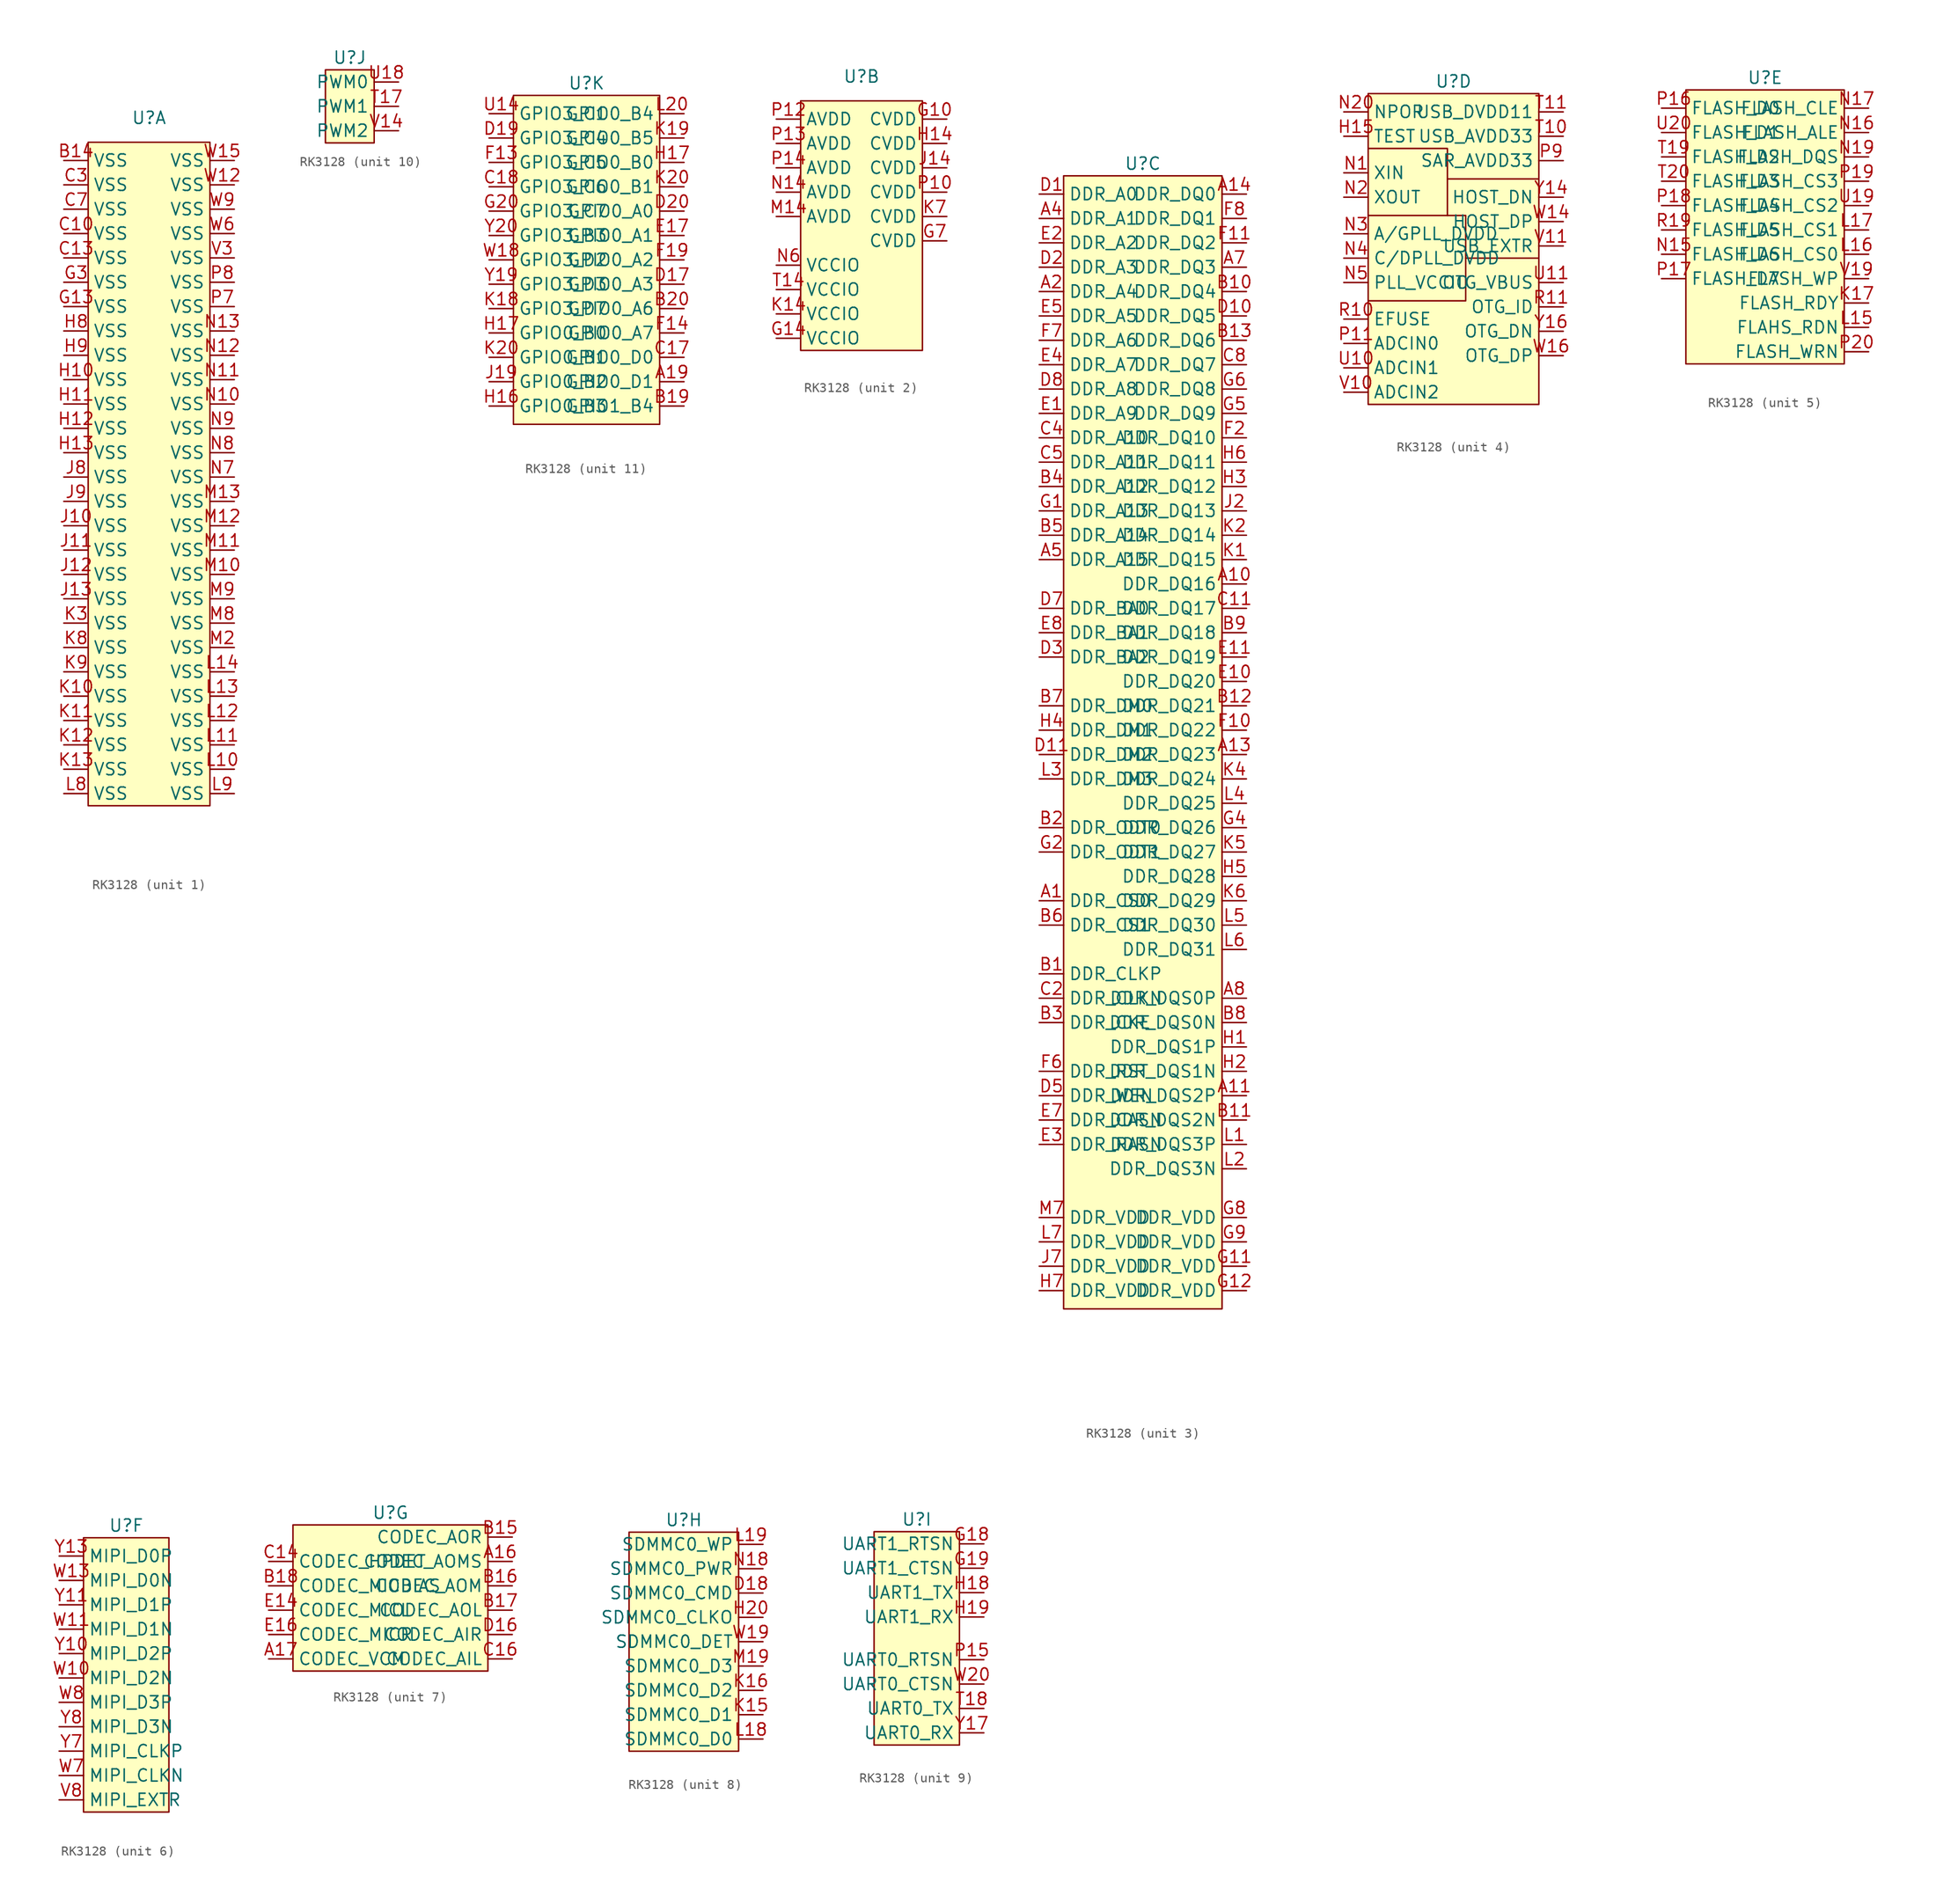
<source format=kicad_sym>
(kicad_symbol_lib
  (version 20220914)
  (generator kicad_symbol_editor)
  (symbol "RK3128"
    (property "Reference" "U"
      (at 0 1.27 0)
      (effects (font (size 1.27 1.27))))
    (property "Value" ""
      (at 0 0 0)
      (effects (font (size 1.27 1.27))))
    (symbol "RK3128_1_1"
      (rectangle (start -6.35 -1.27) (end 6.35 -70.485) (stroke (width 0) (type default)) (fill (type background)))
      (pin passive line (at -8.89 -3.175 0) (length 2.54) (name "VSS" (effects (font (size 1.27 1.27)))) (number "B14" (effects (font (size 1.27 1.27)))))
      (pin passive line (at -8.89 -10.795 0) (length 2.54) (name "VSS" (effects (font (size 1.27 1.27)))) (number "C10" (effects (font (size 1.27 1.27)))))
      (pin passive line (at -8.89 -13.335 0) (length 2.54) (name "VSS" (effects (font (size 1.27 1.27)))) (number "C13" (effects (font (size 1.27 1.27)))))
      (pin passive line (at -8.89 -5.715 0) (length 2.54) (name "VSS" (effects (font (size 1.27 1.27)))) (number "C3" (effects (font (size 1.27 1.27)))))
      (pin passive line (at -8.89 -8.255 0) (length 2.54) (name "VSS" (effects (font (size 1.27 1.27)))) (number "C7" (effects (font (size 1.27 1.27)))))
      (pin passive line (at -8.89 -18.415 0) (length 2.54) (name "VSS" (effects (font (size 1.27 1.27)))) (number "G13" (effects (font (size 1.27 1.27)))))
      (pin passive line (at -8.89 -15.875 0) (length 2.54) (name "VSS" (effects (font (size 1.27 1.27)))) (number "G3" (effects (font (size 1.27 1.27)))))
      (pin passive line (at -8.89 -26.035 0) (length 2.54) (name "VSS" (effects (font (size 1.27 1.27)))) (number "H10" (effects (font (size 1.27 1.27)))))
      (pin passive line (at -8.89 -28.575 0) (length 2.54) (name "VSS" (effects (font (size 1.27 1.27)))) (number "H11" (effects (font (size 1.27 1.27)))))
      (pin passive line (at -8.89 -31.115 0) (length 2.54) (name "VSS" (effects (font (size 1.27 1.27)))) (number "H12" (effects (font (size 1.27 1.27)))))
      (pin passive line (at -8.89 -33.655 0) (length 2.54) (name "VSS" (effects (font (size 1.27 1.27)))) (number "H13" (effects (font (size 1.27 1.27)))))
      (pin passive line (at -8.89 -20.955 0) (length 2.54) (name "VSS" (effects (font (size 1.27 1.27)))) (number "H8" (effects (font (size 1.27 1.27)))))
      (pin passive line (at -8.89 -23.495 0) (length 2.54) (name "VSS" (effects (font (size 1.27 1.27)))) (number "H9" (effects (font (size 1.27 1.27)))))
      (pin passive line (at -8.89 -41.275 0) (length 2.54) (name "VSS" (effects (font (size 1.27 1.27)))) (number "J10" (effects (font (size 1.27 1.27)))))
      (pin passive line (at -8.89 -43.815 0) (length 2.54) (name "VSS" (effects (font (size 1.27 1.27)))) (number "J11" (effects (font (size 1.27 1.27)))))
      (pin passive line (at -8.89 -46.355 0) (length 2.54) (name "VSS" (effects (font (size 1.27 1.27)))) (number "J12" (effects (font (size 1.27 1.27)))))
      (pin passive line (at -8.89 -48.895 0) (length 2.54) (name "VSS" (effects (font (size 1.27 1.27)))) (number "J13" (effects (font (size 1.27 1.27)))))
      (pin passive line (at -8.89 -36.195 0) (length 2.54) (name "VSS" (effects (font (size 1.27 1.27)))) (number "J8" (effects (font (size 1.27 1.27)))))
      (pin passive line (at -8.89 -38.735 0) (length 2.54) (name "VSS" (effects (font (size 1.27 1.27)))) (number "J9" (effects (font (size 1.27 1.27)))))
      (pin passive line (at -8.89 -59.055 0) (length 2.54) (name "VSS" (effects (font (size 1.27 1.27)))) (number "K10" (effects (font (size 1.27 1.27)))))
      (pin passive line (at -8.89 -61.595 0) (length 2.54) (name "VSS" (effects (font (size 1.27 1.27)))) (number "K11" (effects (font (size 1.27 1.27)))))
      (pin passive line (at -8.89 -64.135 0) (length 2.54) (name "VSS" (effects (font (size 1.27 1.27)))) (number "K12" (effects (font (size 1.27 1.27)))))
      (pin passive line (at -8.89 -66.675 0) (length 2.54) (name "VSS" (effects (font (size 1.27 1.27)))) (number "K13" (effects (font (size 1.27 1.27)))))
      (pin passive line (at -8.89 -51.435 0) (length 2.54) (name "VSS" (effects (font (size 1.27 1.27)))) (number "K3" (effects (font (size 1.27 1.27)))))
      (pin passive line (at -8.89 -53.975 0) (length 2.54) (name "VSS" (effects (font (size 1.27 1.27)))) (number "K8" (effects (font (size 1.27 1.27)))))
      (pin passive line (at -8.89 -56.515 0) (length 2.54) (name "VSS" (effects (font (size 1.27 1.27)))) (number "K9" (effects (font (size 1.27 1.27)))))
      (pin passive line (at 8.89 -66.675 180) (length 2.54) (name "VSS" (effects (font (size 1.27 1.27)))) (number "L10" (effects (font (size 1.27 1.27)))))
      (pin passive line (at 8.89 -64.135 180) (length 2.54) (name "VSS" (effects (font (size 1.27 1.27)))) (number "L11" (effects (font (size 1.27 1.27)))))
      (pin passive line (at 8.89 -61.595 180) (length 2.54) (name "VSS" (effects (font (size 1.27 1.27)))) (number "L12" (effects (font (size 1.27 1.27)))))
      (pin passive line (at 8.89 -59.055 180) (length 2.54) (name "VSS" (effects (font (size 1.27 1.27)))) (number "L13" (effects (font (size 1.27 1.27)))))
      (pin passive line (at 8.89 -56.515 180) (length 2.54) (name "VSS" (effects (font (size 1.27 1.27)))) (number "L14" (effects (font (size 1.27 1.27)))))
      (pin passive line (at -8.89 -69.215 0) (length 2.54) (name "VSS" (effects (font (size 1.27 1.27)))) (number "L8" (effects (font (size 1.27 1.27)))))
      (pin passive line (at 8.89 -69.215 180) (length 2.54) (name "VSS" (effects (font (size 1.27 1.27)))) (number "L9" (effects (font (size 1.27 1.27)))))
      (pin passive line (at 8.89 -46.355 180) (length 2.54) (name "VSS" (effects (font (size 1.27 1.27)))) (number "M10" (effects (font (size 1.27 1.27)))))
      (pin passive line (at 8.89 -43.815 180) (length 2.54) (name "VSS" (effects (font (size 1.27 1.27)))) (number "M11" (effects (font (size 1.27 1.27)))))
      (pin passive line (at 8.89 -41.275 180) (length 2.54) (name "VSS" (effects (font (size 1.27 1.27)))) (number "M12" (effects (font (size 1.27 1.27)))))
      (pin passive line (at 8.89 -38.735 180) (length 2.54) (name "VSS" (effects (font (size 1.27 1.27)))) (number "M13" (effects (font (size 1.27 1.27)))))
      (pin passive line (at 8.89 -53.975 180) (length 2.54) (name "VSS" (effects (font (size 1.27 1.27)))) (number "M2" (effects (font (size 1.27 1.27)))))
      (pin passive line (at 8.89 -51.435 180) (length 2.54) (name "VSS" (effects (font (size 1.27 1.27)))) (number "M8" (effects (font (size 1.27 1.27)))))
      (pin passive line (at 8.89 -48.895 180) (length 2.54) (name "VSS" (effects (font (size 1.27 1.27)))) (number "M9" (effects (font (size 1.27 1.27)))))
      (pin passive line (at 8.89 -28.575 180) (length 2.54) (name "VSS" (effects (font (size 1.27 1.27)))) (number "N10" (effects (font (size 1.27 1.27)))))
      (pin passive line (at 8.89 -26.035 180) (length 2.54) (name "VSS" (effects (font (size 1.27 1.27)))) (number "N11" (effects (font (size 1.27 1.27)))))
      (pin passive line (at 8.89 -23.495 180) (length 2.54) (name "VSS" (effects (font (size 1.27 1.27)))) (number "N12" (effects (font (size 1.27 1.27)))))
      (pin passive line (at 8.89 -20.955 180) (length 2.54) (name "VSS" (effects (font (size 1.27 1.27)))) (number "N13" (effects (font (size 1.27 1.27)))))
      (pin passive line (at 8.89 -36.195 180) (length 2.54) (name "VSS" (effects (font (size 1.27 1.27)))) (number "N7" (effects (font (size 1.27 1.27)))))
      (pin passive line (at 8.89 -33.655 180) (length 2.54) (name "VSS" (effects (font (size 1.27 1.27)))) (number "N8" (effects (font (size 1.27 1.27)))))
      (pin passive line (at 8.89 -31.115 180) (length 2.54) (name "VSS" (effects (font (size 1.27 1.27)))) (number "N9" (effects (font (size 1.27 1.27)))))
      (pin passive line (at 8.89 -18.415 180) (length 2.54) (name "VSS" (effects (font (size 1.27 1.27)))) (number "P7" (effects (font (size 1.27 1.27)))))
      (pin passive line (at 8.89 -15.875 180) (length 2.54) (name "VSS" (effects (font (size 1.27 1.27)))) (number "P8" (effects (font (size 1.27 1.27)))))
      (pin passive line (at 8.89 -13.335 180) (length 2.54) (name "VSS" (effects (font (size 1.27 1.27)))) (number "V3" (effects (font (size 1.27 1.27)))))
      (pin passive line (at 8.89 -5.715 180) (length 2.54) (name "VSS" (effects (font (size 1.27 1.27)))) (number "W12" (effects (font (size 1.27 1.27)))))
      (pin passive line (at 8.89 -3.175 180) (length 2.54) (name "VSS" (effects (font (size 1.27 1.27)))) (number "W15" (effects (font (size 1.27 1.27)))))
      (pin passive line (at 8.89 -10.795 180) (length 2.54) (name "VSS" (effects (font (size 1.27 1.27)))) (number "W6" (effects (font (size 1.27 1.27)))))
      (pin passive line (at 8.89 -8.255 180) (length 2.54) (name "VSS" (effects (font (size 1.27 1.27)))) (number "W9" (effects (font (size 1.27 1.27))))))
    (symbol "RK3128_2_1"
      (rectangle (start -6.35 -1.27) (end 6.35 -27.305) (stroke (width 0) (type default)) (fill (type background)))
      (pin passive line (at 8.89 -3.175 180) (length 2.54) (name "CVDD" (effects (font (size 1.27 1.27)))) (number "G10" (effects (font (size 1.27 1.27)))))
      (pin passive line (at -8.89 -26.035 0) (length 2.54) (name "VCCIO" (effects (font (size 1.27 1.27)))) (number "G14" (effects (font (size 1.27 1.27)))))
      (pin passive line (at 8.89 -15.875 180) (length 2.54) (name "CVDD" (effects (font (size 1.27 1.27)))) (number "G7" (effects (font (size 1.27 1.27)))))
      (pin passive line (at 8.89 -5.715 180) (length 2.54) (name "CVDD" (effects (font (size 1.27 1.27)))) (number "H14" (effects (font (size 1.27 1.27)))))
      (pin passive line (at 8.89 -8.255 180) (length 2.54) (name "CVDD" (effects (font (size 1.27 1.27)))) (number "J14" (effects (font (size 1.27 1.27)))))
      (pin passive line (at -8.89 -23.495 0) (length 2.54) (name "VCCIO" (effects (font (size 1.27 1.27)))) (number "K14" (effects (font (size 1.27 1.27)))))
      (pin passive line (at 8.89 -13.335 180) (length 2.54) (name "CVDD" (effects (font (size 1.27 1.27)))) (number "K7" (effects (font (size 1.27 1.27)))))
      (pin passive line (at -8.89 -13.335 0) (length 2.54) (name "AVDD" (effects (font (size 1.27 1.27)))) (number "M14" (effects (font (size 1.27 1.27)))))
      (pin passive line (at -8.89 -10.795 0) (length 2.54) (name "AVDD" (effects (font (size 1.27 1.27)))) (number "N14" (effects (font (size 1.27 1.27)))))
      (pin passive line (at -8.89 -18.415 0) (length 2.54) (name "VCCIO" (effects (font (size 1.27 1.27)))) (number "N6" (effects (font (size 1.27 1.27)))))
      (pin passive line (at 8.89 -10.795 180) (length 2.54) (name "CVDD" (effects (font (size 1.27 1.27)))) (number "P10" (effects (font (size 1.27 1.27)))))
      (pin passive line (at -8.89 -3.175 0) (length 2.54) (name "AVDD" (effects (font (size 1.27 1.27)))) (number "P12" (effects (font (size 1.27 1.27)))))
      (pin passive line (at -8.89 -5.715 0) (length 2.54) (name "AVDD" (effects (font (size 1.27 1.27)))) (number "P13" (effects (font (size 1.27 1.27)))))
      (pin passive line (at -8.89 -8.255 0) (length 2.54) (name "AVDD" (effects (font (size 1.27 1.27)))) (number "P14" (effects (font (size 1.27 1.27)))))
      (pin passive line (at -8.89 -20.955 0) (length 2.54) (name "VCCIO" (effects (font (size 1.27 1.27)))) (number "T14" (effects (font (size 1.27 1.27))))))
    (symbol "RK3128_3_1"
      (rectangle (start -8.255 0) (end 8.255 -118.11) (stroke (width 0) (type default)) (fill (type background)))
      (pin output line (at -10.795 -75.565 0) (length 2.54) (name "DDR_CS0" (effects (font (size 1.27 1.27)))) (number "A1" (effects (font (size 1.27 1.27)))))
      (pin bidirectional line (at 10.795 -42.545 180) (length 2.54) (name "DDR_DQ16" (effects (font (size 1.27 1.27)))) (number "A10" (effects (font (size 1.27 1.27)))))
      (pin bidirectional line (at 10.795 -95.885 180) (length 2.54) (name "DDR_DQS2P" (effects (font (size 1.27 1.27)))) (number "A11" (effects (font (size 1.27 1.27)))))
      (pin bidirectional line (at 10.795 -60.325 180) (length 2.54) (name "DDR_DQ23" (effects (font (size 1.27 1.27)))) (number "A13" (effects (font (size 1.27 1.27)))))
      (pin bidirectional line (at 10.795 -1.905 180) (length 2.54) (name "DDR_DQ0" (effects (font (size 1.27 1.27)))) (number "A14" (effects (font (size 1.27 1.27)))))
      (pin bidirectional line (at -10.795 -12.065 0) (length 2.54) (name "DDR_A4" (effects (font (size 1.27 1.27)))) (number "A2" (effects (font (size 1.27 1.27)))))
      (pin bidirectional line (at -10.795 -4.445 0) (length 2.54) (name "DDR_A1" (effects (font (size 1.27 1.27)))) (number "A4" (effects (font (size 1.27 1.27)))))
      (pin bidirectional line (at -10.795 -40.005 0) (length 2.54) (name "DDR_A15" (effects (font (size 1.27 1.27)))) (number "A5" (effects (font (size 1.27 1.27)))))
      (pin bidirectional line (at 10.795 -9.525 180) (length 2.54) (name "DDR_DQ3" (effects (font (size 1.27 1.27)))) (number "A7" (effects (font (size 1.27 1.27)))))
      (pin bidirectional line (at 10.795 -85.725 180) (length 2.54) (name "DDR_DQS0P" (effects (font (size 1.27 1.27)))) (number "A8" (effects (font (size 1.27 1.27)))))
      (pin output line (at -10.795 -83.185 0) (length 2.54) (name "DDR_CLKP" (effects (font (size 1.27 1.27)))) (number "B1" (effects (font (size 1.27 1.27)))))
      (pin bidirectional line (at 10.795 -12.065 180) (length 2.54) (name "DDR_DQ4" (effects (font (size 1.27 1.27)))) (number "B10" (effects (font (size 1.27 1.27)))))
      (pin bidirectional line (at 10.795 -98.425 180) (length 2.54) (name "DDR_DQS2N" (effects (font (size 1.27 1.27)))) (number "B11" (effects (font (size 1.27 1.27)))))
      (pin bidirectional line (at 10.795 -55.245 180) (length 2.54) (name "DDR_DQ21" (effects (font (size 1.27 1.27)))) (number "B12" (effects (font (size 1.27 1.27)))))
      (pin bidirectional line (at 10.795 -17.145 180) (length 2.54) (name "DDR_DQ6" (effects (font (size 1.27 1.27)))) (number "B13" (effects (font (size 1.27 1.27)))))
      (pin bidirectional line (at -10.795 -67.945 0) (length 2.54) (name "DDR_ODT0" (effects (font (size 1.27 1.27)))) (number "B2" (effects (font (size 1.27 1.27)))))
      (pin output line (at -10.795 -88.265 0) (length 2.54) (name "DDR_CKE" (effects (font (size 1.27 1.27)))) (number "B3" (effects (font (size 1.27 1.27)))))
      (pin bidirectional line (at -10.795 -32.385 0) (length 2.54) (name "DDR_A12" (effects (font (size 1.27 1.27)))) (number "B4" (effects (font (size 1.27 1.27)))))
      (pin bidirectional line (at -10.795 -37.465 0) (length 2.54) (name "DDR_A14" (effects (font (size 1.27 1.27)))) (number "B5" (effects (font (size 1.27 1.27)))))
      (pin output line (at -10.795 -78.105 0) (length 2.54) (name "DDR_CS1" (effects (font (size 1.27 1.27)))) (number "B6" (effects (font (size 1.27 1.27)))))
      (pin bidirectional line (at -10.795 -55.245 0) (length 2.54) (name "DDR_DM0" (effects (font (size 1.27 1.27)))) (number "B7" (effects (font (size 1.27 1.27)))))
      (pin bidirectional line (at 10.795 -88.265 180) (length 2.54) (name "DDR_DQS0N" (effects (font (size 1.27 1.27)))) (number "B8" (effects (font (size 1.27 1.27)))))
      (pin bidirectional line (at 10.795 -47.625 180) (length 2.54) (name "DDR_DQ18" (effects (font (size 1.27 1.27)))) (number "B9" (effects (font (size 1.27 1.27)))))
      (pin bidirectional line (at 10.795 -45.085 180) (length 2.54) (name "DDR_DQ17" (effects (font (size 1.27 1.27)))) (number "C11" (effects (font (size 1.27 1.27)))))
      (pin output line (at -10.795 -85.725 0) (length 2.54) (name "DDR_CLKN" (effects (font (size 1.27 1.27)))) (number "C2" (effects (font (size 1.27 1.27)))))
      (pin bidirectional line (at -10.795 -27.305 0) (length 2.54) (name "DDR_A10" (effects (font (size 1.27 1.27)))) (number "C4" (effects (font (size 1.27 1.27)))))
      (pin bidirectional line (at -10.795 -29.845 0) (length 2.54) (name "DDR_A11" (effects (font (size 1.27 1.27)))) (number "C5" (effects (font (size 1.27 1.27)))))
      (pin bidirectional line (at 10.795 -19.685 180) (length 2.54) (name "DDR_DQ7" (effects (font (size 1.27 1.27)))) (number "C8" (effects (font (size 1.27 1.27)))))
      (pin bidirectional line (at -10.795 -1.905 0) (length 2.54) (name "DDR_A0" (effects (font (size 1.27 1.27)))) (number "D1" (effects (font (size 1.27 1.27)))))
      (pin bidirectional line (at 10.795 -14.605 180) (length 2.54) (name "DDR_DQ5" (effects (font (size 1.27 1.27)))) (number "D10" (effects (font (size 1.27 1.27)))))
      (pin bidirectional line (at -10.795 -60.325 0) (length 2.54) (name "DDR_DM2" (effects (font (size 1.27 1.27)))) (number "D11" (effects (font (size 1.27 1.27)))))
      (pin bidirectional line (at -10.795 -9.525 0) (length 2.54) (name "DDR_A3" (effects (font (size 1.27 1.27)))) (number "D2" (effects (font (size 1.27 1.27)))))
      (pin bidirectional line (at -10.795 -50.165 0) (length 2.54) (name "DDR_BA2" (effects (font (size 1.27 1.27)))) (number "D3" (effects (font (size 1.27 1.27)))))
      (pin output line (at -10.795 -95.885 0) (length 2.54) (name "DDR_WEN" (effects (font (size 1.27 1.27)))) (number "D5" (effects (font (size 1.27 1.27)))))
      (pin bidirectional line (at -10.795 -45.085 0) (length 2.54) (name "DDR_BA0" (effects (font (size 1.27 1.27)))) (number "D7" (effects (font (size 1.27 1.27)))))
      (pin bidirectional line (at -10.795 -22.225 0) (length 2.54) (name "DDR_A8" (effects (font (size 1.27 1.27)))) (number "D8" (effects (font (size 1.27 1.27)))))
      (pin bidirectional line (at -10.795 -24.765 0) (length 2.54) (name "DDR_A9" (effects (font (size 1.27 1.27)))) (number "E1" (effects (font (size 1.27 1.27)))))
      (pin bidirectional line (at 10.795 -52.705 180) (length 2.54) (name "DDR_DQ20" (effects (font (size 1.27 1.27)))) (number "E10" (effects (font (size 1.27 1.27)))))
      (pin bidirectional line (at 10.795 -50.165 180) (length 2.54) (name "DDR_DQ19" (effects (font (size 1.27 1.27)))) (number "E11" (effects (font (size 1.27 1.27)))))
      (pin bidirectional line (at -10.795 -6.985 0) (length 2.54) (name "DDR_A2" (effects (font (size 1.27 1.27)))) (number "E2" (effects (font (size 1.27 1.27)))))
      (pin output line (at -10.795 -100.965 0) (length 2.54) (name "DDR_RASN" (effects (font (size 1.27 1.27)))) (number "E3" (effects (font (size 1.27 1.27)))))
      (pin bidirectional line (at -10.795 -19.685 0) (length 2.54) (name "DDR_A7" (effects (font (size 1.27 1.27)))) (number "E4" (effects (font (size 1.27 1.27)))))
      (pin bidirectional line (at -10.795 -14.605 0) (length 2.54) (name "DDR_A5" (effects (font (size 1.27 1.27)))) (number "E5" (effects (font (size 1.27 1.27)))))
      (pin output line (at -10.795 -98.425 0) (length 2.54) (name "DDR_CASN" (effects (font (size 1.27 1.27)))) (number "E7" (effects (font (size 1.27 1.27)))))
      (pin bidirectional line (at -10.795 -47.625 0) (length 2.54) (name "DDR_BA1" (effects (font (size 1.27 1.27)))) (number "E8" (effects (font (size 1.27 1.27)))))
      (pin bidirectional line (at 10.795 -57.785 180) (length 2.54) (name "DDR_DQ22" (effects (font (size 1.27 1.27)))) (number "F10" (effects (font (size 1.27 1.27)))))
      (pin bidirectional line (at 10.795 -6.985 180) (length 2.54) (name "DDR_DQ2" (effects (font (size 1.27 1.27)))) (number "F11" (effects (font (size 1.27 1.27)))))
      (pin bidirectional line (at 10.795 -27.305 180) (length 2.54) (name "DDR_DQ10" (effects (font (size 1.27 1.27)))) (number "F2" (effects (font (size 1.27 1.27)))))
      (pin output line (at -10.795 -93.345 0) (length 2.54) (name "DDR_RST" (effects (font (size 1.27 1.27)))) (number "F6" (effects (font (size 1.27 1.27)))))
      (pin bidirectional line (at -10.795 -17.145 0) (length 2.54) (name "DDR_A6" (effects (font (size 1.27 1.27)))) (number "F7" (effects (font (size 1.27 1.27)))))
      (pin bidirectional line (at 10.795 -4.445 180) (length 2.54) (name "DDR_DQ1" (effects (font (size 1.27 1.27)))) (number "F8" (effects (font (size 1.27 1.27)))))
      (pin bidirectional line (at -10.795 -34.925 0) (length 2.54) (name "DDR_A13" (effects (font (size 1.27 1.27)))) (number "G1" (effects (font (size 1.27 1.27)))))
      (pin passive line (at 10.795 -113.665 180) (length 2.54) (name "DDR_VDD" (effects (font (size 1.27 1.27)))) (number "G11" (effects (font (size 1.27 1.27)))))
      (pin passive line (at 10.795 -116.205 180) (length 2.54) (name "DDR_VDD" (effects (font (size 1.27 1.27)))) (number "G12" (effects (font (size 1.27 1.27)))))
      (pin bidirectional line (at -10.795 -70.485 0) (length 2.54) (name "DDR_ODT1" (effects (font (size 1.27 1.27)))) (number "G2" (effects (font (size 1.27 1.27)))))
      (pin bidirectional line (at 10.795 -67.945 180) (length 2.54) (name "DDR_DQ26" (effects (font (size 1.27 1.27)))) (number "G4" (effects (font (size 1.27 1.27)))))
      (pin bidirectional line (at 10.795 -24.765 180) (length 2.54) (name "DDR_DQ9" (effects (font (size 1.27 1.27)))) (number "G5" (effects (font (size 1.27 1.27)))))
      (pin bidirectional line (at 10.795 -22.225 180) (length 2.54) (name "DDR_DQ8" (effects (font (size 1.27 1.27)))) (number "G6" (effects (font (size 1.27 1.27)))))
      (pin passive line (at 10.795 -108.585 180) (length 2.54) (name "DDR_VDD" (effects (font (size 1.27 1.27)))) (number "G8" (effects (font (size 1.27 1.27)))))
      (pin passive line (at 10.795 -111.125 180) (length 2.54) (name "DDR_VDD" (effects (font (size 1.27 1.27)))) (number "G9" (effects (font (size 1.27 1.27)))))
      (pin bidirectional line (at 10.795 -90.805 180) (length 2.54) (name "DDR_DQS1P" (effects (font (size 1.27 1.27)))) (number "H1" (effects (font (size 1.27 1.27)))))
      (pin bidirectional line (at 10.795 -93.345 180) (length 2.54) (name "DDR_DQS1N" (effects (font (size 1.27 1.27)))) (number "H2" (effects (font (size 1.27 1.27)))))
      (pin bidirectional line (at 10.795 -32.385 180) (length 2.54) (name "DDR_DQ12" (effects (font (size 1.27 1.27)))) (number "H3" (effects (font (size 1.27 1.27)))))
      (pin bidirectional line (at -10.795 -57.785 0) (length 2.54) (name "DDR_DM1" (effects (font (size 1.27 1.27)))) (number "H4" (effects (font (size 1.27 1.27)))))
      (pin bidirectional line (at 10.795 -73.025 180) (length 2.54) (name "DDR_DQ28" (effects (font (size 1.27 1.27)))) (number "H5" (effects (font (size 1.27 1.27)))))
      (pin bidirectional line (at 10.795 -29.845 180) (length 2.54) (name "DDR_DQ11" (effects (font (size 1.27 1.27)))) (number "H6" (effects (font (size 1.27 1.27)))))
      (pin passive line (at -10.795 -116.205 0) (length 2.54) (name "DDR_VDD" (effects (font (size 1.27 1.27)))) (number "H7" (effects (font (size 1.27 1.27)))))
      (pin bidirectional line (at 10.795 -34.925 180) (length 2.54) (name "DDR_DQ13" (effects (font (size 1.27 1.27)))) (number "J2" (effects (font (size 1.27 1.27)))))
      (pin passive line (at -10.795 -113.665 0) (length 2.54) (name "DDR_VDD" (effects (font (size 1.27 1.27)))) (number "J7" (effects (font (size 1.27 1.27)))))
      (pin bidirectional line (at 10.795 -40.005 180) (length 2.54) (name "DDR_DQ15" (effects (font (size 1.27 1.27)))) (number "K1" (effects (font (size 1.27 1.27)))))
      (pin bidirectional line (at 10.795 -37.465 180) (length 2.54) (name "DDR_DQ14" (effects (font (size 1.27 1.27)))) (number "K2" (effects (font (size 1.27 1.27)))))
      (pin bidirectional line (at 10.795 -62.865 180) (length 2.54) (name "DDR_DQ24" (effects (font (size 1.27 1.27)))) (number "K4" (effects (font (size 1.27 1.27)))))
      (pin bidirectional line (at 10.795 -70.485 180) (length 2.54) (name "DDR_DQ27" (effects (font (size 1.27 1.27)))) (number "K5" (effects (font (size 1.27 1.27)))))
      (pin bidirectional line (at 10.795 -75.565 180) (length 2.54) (name "DDR_DQ29" (effects (font (size 1.27 1.27)))) (number "K6" (effects (font (size 1.27 1.27)))))
      (pin bidirectional line (at 10.795 -100.965 180) (length 2.54) (name "DDR_DQS3P" (effects (font (size 1.27 1.27)))) (number "L1" (effects (font (size 1.27 1.27)))))
      (pin bidirectional line (at 10.795 -103.505 180) (length 2.54) (name "DDR_DQS3N" (effects (font (size 1.27 1.27)))) (number "L2" (effects (font (size 1.27 1.27)))))
      (pin bidirectional line (at -10.795 -62.865 0) (length 2.54) (name "DDR_DM3" (effects (font (size 1.27 1.27)))) (number "L3" (effects (font (size 1.27 1.27)))))
      (pin bidirectional line (at 10.795 -65.405 180) (length 2.54) (name "DDR_DQ25" (effects (font (size 1.27 1.27)))) (number "L4" (effects (font (size 1.27 1.27)))))
      (pin bidirectional line (at 10.795 -78.105 180) (length 2.54) (name "DDR_DQ30" (effects (font (size 1.27 1.27)))) (number "L5" (effects (font (size 1.27 1.27)))))
      (pin bidirectional line (at 10.795 -80.645 180) (length 2.54) (name "DDR_DQ31" (effects (font (size 1.27 1.27)))) (number "L6" (effects (font (size 1.27 1.27)))))
      (pin passive line (at -10.795 -111.125 0) (length 2.54) (name "DDR_VDD" (effects (font (size 1.27 1.27)))) (number "L7" (effects (font (size 1.27 1.27)))))
      (pin passive line (at -10.795 -108.585 0) (length 2.54) (name "DDR_VDD" (effects (font (size 1.27 1.27)))) (number "M7" (effects (font (size 1.27 1.27))))))
    (symbol "RK3128_4_1"
      (rectangle (start -8.89 0) (end 8.89 -32.385) (stroke (width 0) (type default)) (fill (type background)))
      (polyline (pts (xy -0.635 -12.7) (xy 1.27 -12.7) (xy 1.27 -17.145)) (stroke (width 0) (type default)) (fill (type none)))
      (polyline (pts (xy -0.635 -8.89) (xy -0.635 -12.7) (xy -8.89 -12.7)) (stroke (width 0) (type default)) (fill (type none)))
      (polyline (pts (xy -8.89 -5.715) (xy -0.635 -5.715) (xy -0.635 -8.89) (xy 8.89 -8.89)) (stroke (width 0) (type default)) (fill (type none)))
      (polyline (pts (xy 8.89 -17.145) (xy 1.27 -17.145) (xy 1.27 -21.59) (xy -8.89 -21.59)) (stroke (width 0) (type default)) (fill (type none)))
      (pin bidirectional line (at -11.43 -4.445 0) (length 2.54) (name "TEST" (effects (font (size 1.27 1.27)))) (number "H15" (effects (font (size 1.27 1.27)))))
      (pin input line (at -11.43 -8.255 0) (length 2.54) (name "XIN" (effects (font (size 1.27 1.27)))) (number "N1" (effects (font (size 1.27 1.27)))))
      (pin output line (at -11.43 -10.795 0) (length 2.54) (name "XOUT" (effects (font (size 1.27 1.27)))) (number "N2" (effects (font (size 1.27 1.27)))))
      (pin input line (at -11.43 -1.905 0) (length 2.54) (name "NPOR" (effects (font (size 1.27 1.27)))) (number "N20" (effects (font (size 1.27 1.27)))))
      (pin input line (at -11.43 -14.605 0) (length 2.54) (name "A/GPLL_DVDD" (effects (font (size 1.27 1.27)))) (number "N3" (effects (font (size 1.27 1.27)))))
      (pin input line (at -11.43 -17.145 0) (length 2.54) (name "C/DPLL_DVDD" (effects (font (size 1.27 1.27)))) (number "N4" (effects (font (size 1.27 1.27)))))
      (pin input line (at -11.43 -19.685 0) (length 2.54) (name "PLL_VCCIO" (effects (font (size 1.27 1.27)))) (number "N5" (effects (font (size 1.27 1.27)))))
      (pin input line (at -11.43 -26.035 0) (length 2.54) (name "ADCIN0" (effects (font (size 1.27 1.27)))) (number "P11" (effects (font (size 1.27 1.27)))))
      (pin input line (at 11.43 -6.985 180) (length 2.54) (name "SAR_AVDD33" (effects (font (size 1.27 1.27)))) (number "P9" (effects (font (size 1.27 1.27)))))
      (pin input line (at -11.43 -23.495 0) (length 2.54) (name "EFUSE" (effects (font (size 1.27 1.27)))) (number "R10" (effects (font (size 1.27 1.27)))))
      (pin bidirectional line (at 11.43 -22.225 180) (length 2.54) (name "OTG_ID" (effects (font (size 1.27 1.27)))) (number "R11" (effects (font (size 1.27 1.27)))))
      (pin input line (at 11.43 -4.445 180) (length 2.54) (name "USB_AVDD33" (effects (font (size 1.27 1.27)))) (number "T10" (effects (font (size 1.27 1.27)))))
      (pin input line (at 11.43 -1.905 180) (length 2.54) (name "USB_DVDD11" (effects (font (size 1.27 1.27)))) (number "T11" (effects (font (size 1.27 1.27)))))
      (pin input line (at -11.43 -28.575 0) (length 2.54) (name "ADCIN1" (effects (font (size 1.27 1.27)))) (number "U10" (effects (font (size 1.27 1.27)))))
      (pin passive line (at 11.43 -19.685 180) (length 2.54) (name "OTG_VBUS" (effects (font (size 1.27 1.27)))) (number "U11" (effects (font (size 1.27 1.27)))))
      (pin input line (at -11.43 -31.115 0) (length 2.54) (name "ADCIN2" (effects (font (size 1.27 1.27)))) (number "V10" (effects (font (size 1.27 1.27)))))
      (pin input line (at 11.43 -15.875 180) (length 2.54) (name "USB_EXTR" (effects (font (size 1.27 1.27)))) (number "V11" (effects (font (size 1.27 1.27)))))
      (pin bidirectional line (at 11.43 -13.335 180) (length 2.54) (name "HOST_DP" (effects (font (size 1.27 1.27)))) (number "W14" (effects (font (size 1.27 1.27)))))
      (pin bidirectional line (at 11.43 -27.305 180) (length 2.54) (name "OTG_DP" (effects (font (size 1.27 1.27)))) (number "W16" (effects (font (size 1.27 1.27)))))
      (pin bidirectional line (at 11.43 -10.795 180) (length 2.54) (name "HOST_DN" (effects (font (size 1.27 1.27)))) (number "Y14" (effects (font (size 1.27 1.27)))))
      (pin bidirectional line (at 11.43 -24.765 180) (length 2.54) (name "OTG_DN" (effects (font (size 1.27 1.27)))) (number "Y16" (effects (font (size 1.27 1.27))))))
    (symbol "RK3128_5_1"
      (rectangle (start -8.255 0) (end 8.255 -28.575) (stroke (width 0) (type default)) (fill (type background)))
      (pin bidirectional line (at 10.795 -22.225 180) (length 2.54) (name "FLASH_RDY" (effects (font (size 1.27 1.27)))) (number "K17" (effects (font (size 1.27 1.27)))))
      (pin bidirectional line (at 10.795 -24.765 180) (length 2.54) (name "FLAHS_RDN" (effects (font (size 1.27 1.27)))) (number "L15" (effects (font (size 1.27 1.27)))))
      (pin bidirectional line (at 10.795 -17.145 180) (length 2.54) (name "FLASH_CS0" (effects (font (size 1.27 1.27)))) (number "L16" (effects (font (size 1.27 1.27)))))
      (pin bidirectional line (at 10.795 -14.605 180) (length 2.54) (name "FLASH_CS1" (effects (font (size 1.27 1.27)))) (number "L17" (effects (font (size 1.27 1.27)))))
      (pin bidirectional line (at -10.795 -17.145 0) (length 2.54) (name "FLASH_D6" (effects (font (size 1.27 1.27)))) (number "N15" (effects (font (size 1.27 1.27)))))
      (pin bidirectional line (at 10.795 -4.445 180) (length 2.54) (name "FLASH_ALE" (effects (font (size 1.27 1.27)))) (number "N16" (effects (font (size 1.27 1.27)))))
      (pin bidirectional line (at 10.795 -1.905 180) (length 2.54) (name "FLASH_CLE" (effects (font (size 1.27 1.27)))) (number "N17" (effects (font (size 1.27 1.27)))))
      (pin bidirectional line (at 10.795 -6.985 180) (length 2.54) (name "FLASH_DQS" (effects (font (size 1.27 1.27)))) (number "N19" (effects (font (size 1.27 1.27)))))
      (pin bidirectional line (at -10.795 -1.905 0) (length 2.54) (name "FLASH_D0" (effects (font (size 1.27 1.27)))) (number "P16" (effects (font (size 1.27 1.27)))))
      (pin bidirectional line (at -10.795 -19.685 0) (length 2.54) (name "FLASH_D7" (effects (font (size 1.27 1.27)))) (number "P17" (effects (font (size 1.27 1.27)))))
      (pin bidirectional line (at -10.795 -12.065 0) (length 2.54) (name "FLASH_D4" (effects (font (size 1.27 1.27)))) (number "P18" (effects (font (size 1.27 1.27)))))
      (pin bidirectional line (at 10.795 -9.525 180) (length 2.54) (name "FLASH_CS3" (effects (font (size 1.27 1.27)))) (number "P19" (effects (font (size 1.27 1.27)))))
      (pin bidirectional line (at 10.795 -27.305 180) (length 2.54) (name "FLASH_WRN" (effects (font (size 1.27 1.27)))) (number "P20" (effects (font (size 1.27 1.27)))))
      (pin bidirectional line (at -10.795 -14.605 0) (length 2.54) (name "FLASH_D5" (effects (font (size 1.27 1.27)))) (number "R19" (effects (font (size 1.27 1.27)))))
      (pin bidirectional line (at -10.795 -6.985 0) (length 2.54) (name "FLASH_D2" (effects (font (size 1.27 1.27)))) (number "T19" (effects (font (size 1.27 1.27)))))
      (pin bidirectional line (at -10.795 -9.525 0) (length 2.54) (name "FLASH_D3" (effects (font (size 1.27 1.27)))) (number "T20" (effects (font (size 1.27 1.27)))))
      (pin bidirectional line (at 10.795 -12.065 180) (length 2.54) (name "FLASH_CS2" (effects (font (size 1.27 1.27)))) (number "U19" (effects (font (size 1.27 1.27)))))
      (pin bidirectional line (at -10.795 -4.445 0) (length 2.54) (name "FLASH_D1" (effects (font (size 1.27 1.27)))) (number "U20" (effects (font (size 1.27 1.27)))))
      (pin bidirectional line (at 10.795 -19.685 180) (length 2.54) (name "FLASH_WP" (effects (font (size 1.27 1.27)))) (number "V19" (effects (font (size 1.27 1.27))))))
    (symbol "RK3128_6_1"
      (rectangle (start -4.445 0) (end 4.445 -28.575) (stroke (width 0) (type default)) (fill (type background)))
      (pin input line (at -6.985 -27.305 0) (length 2.54) (name "MIPI_EXTR" (effects (font (size 1.27 1.27)))) (number "V8" (effects (font (size 1.27 1.27)))))
      (pin bidirectional line (at -6.985 -14.605 0) (length 2.54) (name "MIPI_D2N" (effects (font (size 1.27 1.27)))) (number "W10" (effects (font (size 1.27 1.27)))))
      (pin bidirectional line (at -6.985 -9.525 0) (length 2.54) (name "MIPI_D1N" (effects (font (size 1.27 1.27)))) (number "W11" (effects (font (size 1.27 1.27)))))
      (pin bidirectional line (at -6.985 -4.445 0) (length 2.54) (name "MIPI_D0N" (effects (font (size 1.27 1.27)))) (number "W13" (effects (font (size 1.27 1.27)))))
      (pin bidirectional line (at -6.985 -24.765 0) (length 2.54) (name "MIPI_CLKN" (effects (font (size 1.27 1.27)))) (number "W7" (effects (font (size 1.27 1.27)))))
      (pin bidirectional line (at -6.985 -17.145 0) (length 2.54) (name "MIPI_D3P" (effects (font (size 1.27 1.27)))) (number "W8" (effects (font (size 1.27 1.27)))))
      (pin bidirectional line (at -6.985 -12.065 0) (length 2.54) (name "MIPI_D2P" (effects (font (size 1.27 1.27)))) (number "Y10" (effects (font (size 1.27 1.27)))))
      (pin bidirectional line (at -6.985 -6.985 0) (length 2.54) (name "MIPI_D1P" (effects (font (size 1.27 1.27)))) (number "Y11" (effects (font (size 1.27 1.27)))))
      (pin bidirectional line (at -6.985 -1.905 0) (length 2.54) (name "MIPI_D0P" (effects (font (size 1.27 1.27)))) (number "Y13" (effects (font (size 1.27 1.27)))))
      (pin bidirectional line (at -6.985 -22.225 0) (length 2.54) (name "MIPI_CLKP" (effects (font (size 1.27 1.27)))) (number "Y7" (effects (font (size 1.27 1.27)))))
      (pin bidirectional line (at -6.985 -19.685 0) (length 2.54) (name "MIPI_D3N" (effects (font (size 1.27 1.27)))) (number "Y8" (effects (font (size 1.27 1.27))))))
    (symbol "RK3128_7_1"
      (rectangle (start -10.16 0) (end 10.16 -15.24) (stroke (width 0) (type default)) (fill (type background)))
      (pin bidirectional line (at 12.7 -3.81 180) (length 2.54) (name "CODEC_AOMS" (effects (font (size 1.27 1.27)))) (number "A16" (effects (font (size 1.27 1.27)))))
      (pin bidirectional line (at -12.7 -13.97 0) (length 2.54) (name "CODEC_VCM" (effects (font (size 1.27 1.27)))) (number "A17" (effects (font (size 1.27 1.27)))))
      (pin bidirectional line (at 12.7 -1.27 180) (length 2.54) (name "CODEC_AOR" (effects (font (size 1.27 1.27)))) (number "B15" (effects (font (size 1.27 1.27)))))
      (pin bidirectional line (at 12.7 -6.35 180) (length 2.54) (name "CODEC_AOM" (effects (font (size 1.27 1.27)))) (number "B16" (effects (font (size 1.27 1.27)))))
      (pin bidirectional line (at 12.7 -8.89 180) (length 2.54) (name "CODEC_AOL" (effects (font (size 1.27 1.27)))) (number "B17" (effects (font (size 1.27 1.27)))))
      (pin bidirectional line (at -12.7 -6.35 0) (length 2.54) (name "CODEC_MICBIAS" (effects (font (size 1.27 1.27)))) (number "B18" (effects (font (size 1.27 1.27)))))
      (pin bidirectional line (at -12.7 -3.81 0) (length 2.54) (name "CODEC_HPDET" (effects (font (size 1.27 1.27)))) (number "C14" (effects (font (size 1.27 1.27)))))
      (pin bidirectional line (at 12.7 -13.97 180) (length 2.54) (name "CODEC_AIL" (effects (font (size 1.27 1.27)))) (number "C16" (effects (font (size 1.27 1.27)))))
      (pin bidirectional line (at 12.7 -11.43 180) (length 2.54) (name "CODEC_AIR" (effects (font (size 1.27 1.27)))) (number "D16" (effects (font (size 1.27 1.27)))))
      (pin bidirectional line (at -12.7 -8.89 0) (length 2.54) (name "CODEC_MICL" (effects (font (size 1.27 1.27)))) (number "E14" (effects (font (size 1.27 1.27)))))
      (pin bidirectional line (at -12.7 -11.43 0) (length 2.54) (name "CODEC_MICR" (effects (font (size 1.27 1.27)))) (number "E16" (effects (font (size 1.27 1.27))))))
    (symbol "RK3128_8_1"
      (rectangle (start -5.715 0) (end 5.715 -22.86) (stroke (width 0) (type default)) (fill (type background)))
      (pin output line (at 8.255 -6.35 180) (length 2.54) (name "SDMMC0_CMD" (effects (font (size 1.27 1.27)))) (number "D18" (effects (font (size 1.27 1.27)))))
      (pin output line (at 8.255 -8.89 180) (length 2.54) (name "SDMMC0_CLKO" (effects (font (size 1.27 1.27)))) (number "H20" (effects (font (size 1.27 1.27)))))
      (pin bidirectional line (at 8.255 -19.05 180) (length 2.54) (name "SDMMC0_D1" (effects (font (size 1.27 1.27)))) (number "K15" (effects (font (size 1.27 1.27)))))
      (pin bidirectional line (at 8.255 -16.51 180) (length 2.54) (name "SDMMC0_D2" (effects (font (size 1.27 1.27)))) (number "K16" (effects (font (size 1.27 1.27)))))
      (pin bidirectional line (at 8.255 -21.59 180) (length 2.54) (name "SDMMC0_D0" (effects (font (size 1.27 1.27)))) (number "L18" (effects (font (size 1.27 1.27)))))
      (pin output line (at 8.255 -1.27 180) (length 2.54) (name "SDMMC0_WP" (effects (font (size 1.27 1.27)))) (number "L19" (effects (font (size 1.27 1.27)))))
      (pin bidirectional line (at 8.255 -13.97 180) (length 2.54) (name "SDMMC0_D3" (effects (font (size 1.27 1.27)))) (number "M19" (effects (font (size 1.27 1.27)))))
      (pin output line (at 8.255 -3.81 180) (length 2.54) (name "SDMMC0_PWR" (effects (font (size 1.27 1.27)))) (number "N18" (effects (font (size 1.27 1.27)))))
      (pin input line (at 8.255 -11.43 180) (length 2.54) (name "SDMMC0_DET" (effects (font (size 1.27 1.27)))) (number "W19" (effects (font (size 1.27 1.27))))))
    (symbol "RK3128_9_1"
      (rectangle (start -4.445 0) (end 4.445 -22.225) (stroke (width 0) (type default)) (fill (type background)))
      (pin output line (at 6.985 -1.27 180) (length 2.54) (name "UART1_RTSN" (effects (font (size 1.27 1.27)))) (number "G18" (effects (font (size 1.27 1.27)))))
      (pin input line (at 6.985 -3.81 180) (length 2.54) (name "UART1_CTSN" (effects (font (size 1.27 1.27)))) (number "G19" (effects (font (size 1.27 1.27)))))
      (pin output line (at 6.985 -6.35 180) (length 2.54) (name "UART1_TX" (effects (font (size 1.27 1.27)))) (number "H18" (effects (font (size 1.27 1.27)))))
      (pin input line (at 6.985 -8.89 180) (length 2.54) (name "UART1_RX" (effects (font (size 1.27 1.27)))) (number "H19" (effects (font (size 1.27 1.27)))))
      (pin output line (at 6.985 -13.335 180) (length 2.54) (name "UART0_RTSN" (effects (font (size 1.27 1.27)))) (number "P15" (effects (font (size 1.27 1.27)))))
      (pin output line (at 6.985 -18.415 180) (length 2.54) (name "UART0_TX" (effects (font (size 1.27 1.27)))) (number "T18" (effects (font (size 1.27 1.27)))))
      (pin input line (at 6.985 -15.875 180) (length 2.54) (name "UART0_CTSN" (effects (font (size 1.27 1.27)))) (number "W20" (effects (font (size 1.27 1.27)))))
      (pin input line (at 6.985 -20.955 180) (length 2.54) (name "UART0_RX" (effects (font (size 1.27 1.27)))) (number "Y17" (effects (font (size 1.27 1.27))))))
    (symbol "RK3128_10_1"
      (rectangle (start -2.54 0) (end 2.54 -7.62) (stroke (width 0) (type default)) (fill (type background)))
      (pin input line (at 5.08 -3.81 180) (length 2.54) (name "PWM1" (effects (font (size 1.27 1.27)))) (number "T17" (effects (font (size 1.27 1.27)))))
      (pin input line (at 5.08 -1.27 180) (length 2.54) (name "PWM0" (effects (font (size 1.27 1.27)))) (number "U18" (effects (font (size 1.27 1.27)))))
      (pin input line (at 5.08 -6.35 180) (length 2.54) (name "PWM2" (effects (font (size 1.27 1.27)))) (number "V14" (effects (font (size 1.27 1.27))))))
    (symbol "RK3128_11_1"
      (rectangle (start -7.62 0) (end 7.62 -34.29) (stroke (width 0) (type default)) (fill (type background)))
      (pin bidirectional line (at 10.16 -29.845 180) (length 2.54) (name "GPIO0_D1" (effects (font (size 1.27 1.27)))) (number "A19" (effects (font (size 1.27 1.27)))))
      (pin bidirectional line (at 10.16 -32.385 180) (length 2.54) (name "GPIO1_B4" (effects (font (size 1.27 1.27)))) (number "B19" (effects (font (size 1.27 1.27)))))
      (pin bidirectional line (at 10.16 -22.225 180) (length 2.54) (name "GPIO0_A6" (effects (font (size 1.27 1.27)))) (number "B20" (effects (font (size 1.27 1.27)))))
      (pin bidirectional line (at 10.16 -27.305 180) (length 2.54) (name "GPIO0_D0" (effects (font (size 1.27 1.27)))) (number "C17" (effects (font (size 1.27 1.27)))))
      (pin bidirectional line (at -10.16 -9.525 0) (length 2.54) (name "GPIO3_C6" (effects (font (size 1.27 1.27)))) (number "C18" (effects (font (size 1.27 1.27)))))
      (pin bidirectional line (at 10.16 -19.685 180) (length 2.54) (name "GPIO0_A3" (effects (font (size 1.27 1.27)))) (number "D17" (effects (font (size 1.27 1.27)))))
      (pin bidirectional line (at -10.16 -4.445 0) (length 2.54) (name "GPIO3_C4" (effects (font (size 1.27 1.27)))) (number "D19" (effects (font (size 1.27 1.27)))))
      (pin bidirectional line (at 10.16 -12.065 180) (length 2.54) (name "GPIO0_A0" (effects (font (size 1.27 1.27)))) (number "D20" (effects (font (size 1.27 1.27)))))
      (pin bidirectional line (at 10.16 -14.605 180) (length 2.54) (name "GPIO0_A1" (effects (font (size 1.27 1.27)))) (number "E17" (effects (font (size 1.27 1.27)))))
      (pin bidirectional line (at -10.16 -6.985 0) (length 2.54) (name "GPIO3_C5" (effects (font (size 1.27 1.27)))) (number "F13" (effects (font (size 1.27 1.27)))))
      (pin bidirectional line (at 10.16 -24.765 180) (length 2.54) (name "GPIO0_A7" (effects (font (size 1.27 1.27)))) (number "F14" (effects (font (size 1.27 1.27)))))
      (pin bidirectional line (at 10.16 -17.145 180) (length 2.54) (name "GPIO0_A2" (effects (font (size 1.27 1.27)))) (number "F19" (effects (font (size 1.27 1.27)))))
      (pin bidirectional line (at -10.16 -12.065 0) (length 2.54) (name "GPIO3_C7" (effects (font (size 1.27 1.27)))) (number "G20" (effects (font (size 1.27 1.27)))))
      (pin bidirectional line (at -10.16 -32.385 0) (length 2.54) (name "GPIO0_B3" (effects (font (size 1.27 1.27)))) (number "H16" (effects (font (size 1.27 1.27)))))
      (pin bidirectional line (at -10.16 -24.765 0) (length 2.54) (name "GPIO0_B0" (effects (font (size 1.27 1.27)))) (number "H17" (effects (font (size 1.27 1.27)))))
      (pin bidirectional line (at 10.16 -6.985 180) (length 2.54) (name "GPIO0_B0" (effects (font (size 1.27 1.27)))) (number "H17" (effects (font (size 1.27 1.27)))))
      (pin bidirectional line (at -10.16 -29.845 0) (length 2.54) (name "GPIO0_B2" (effects (font (size 1.27 1.27)))) (number "J19" (effects (font (size 1.27 1.27)))))
      (pin bidirectional line (at -10.16 -22.225 0) (length 2.54) (name "GPIO3_D7" (effects (font (size 1.27 1.27)))) (number "K18" (effects (font (size 1.27 1.27)))))
      (pin bidirectional line (at 10.16 -4.445 180) (length 2.54) (name "GPIO0_B5" (effects (font (size 1.27 1.27)))) (number "K19" (effects (font (size 1.27 1.27)))))
      (pin bidirectional line (at -10.16 -27.305 0) (length 2.54) (name "GPIO0_B1" (effects (font (size 1.27 1.27)))) (number "K20" (effects (font (size 1.27 1.27)))))
      (pin bidirectional line (at 10.16 -9.525 180) (length 2.54) (name "GPIO0_B1" (effects (font (size 1.27 1.27)))) (number "K20" (effects (font (size 1.27 1.27)))))
      (pin bidirectional line (at 10.16 -1.905 180) (length 2.54) (name "GPIO0_B4" (effects (font (size 1.27 1.27)))) (number "L20" (effects (font (size 1.27 1.27)))))
      (pin bidirectional line (at -10.16 -1.905 0) (length 2.54) (name "GPIO3_C1" (effects (font (size 1.27 1.27)))) (number "U14" (effects (font (size 1.27 1.27)))))
      (pin bidirectional line (at -10.16 -17.145 0) (length 2.54) (name "GPIO3_D2" (effects (font (size 1.27 1.27)))) (number "W18" (effects (font (size 1.27 1.27)))))
      (pin bidirectional line (at -10.16 -19.685 0) (length 2.54) (name "GPIO3_D3" (effects (font (size 1.27 1.27)))) (number "Y19" (effects (font (size 1.27 1.27)))))
      (pin bidirectional line (at -10.16 -14.605 0) (length 2.54) (name "GPIO3_B3" (effects (font (size 1.27 1.27)))) (number "Y20" (effects (font (size 1.27 1.27))))))))
</source>
